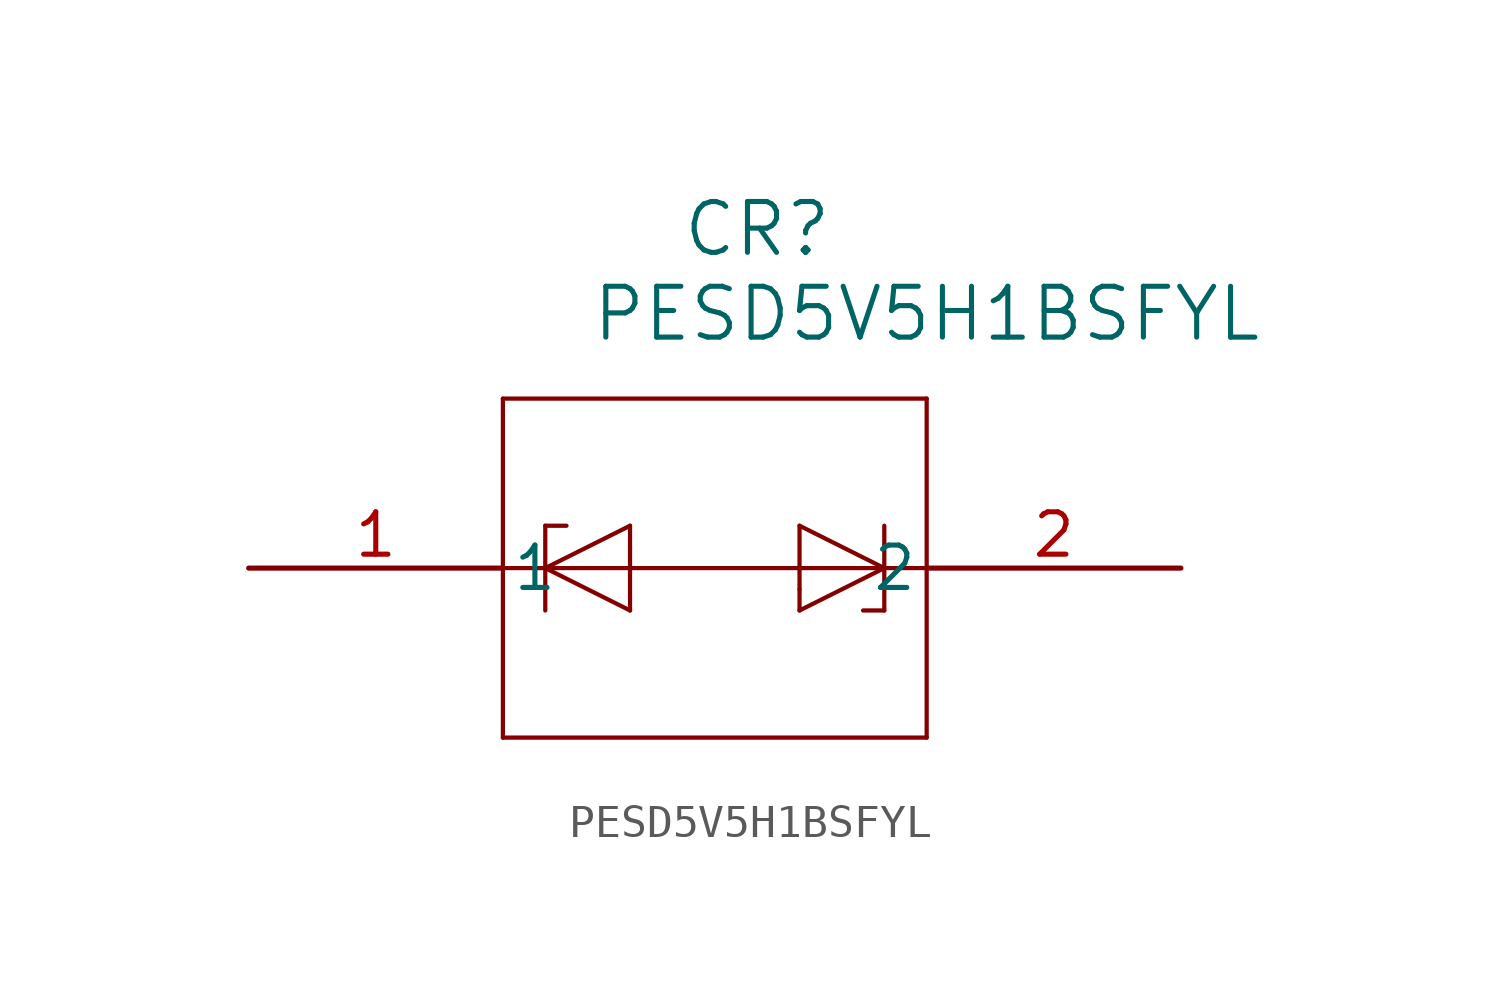
<source format=kicad_sym>
(kicad_symbol_lib
  (version 20211014)
  (generator kicad_symbol_editor)
  (symbol "PESD5V5H1BSFYL"
    (pin_names
      (offset 0.254))
    (property "Reference" "CR"
      (at 15.24 10.16 0)
      (effects (font (size 1.524 1.524))))
    (property "Value" "PESD5V5H1BSFYL"
      (at 20.32 7.62 0)
      (effects (font (size 1.524 1.524))))
    (symbol "PESD5V5H1BSFYL_0_1"
      (polyline (pts (xy 7.62 5.08) (xy 7.62 -5.08)) (stroke (width 0.127) (type default) (color 0 0 0 0)) (fill (type none)))
      (polyline (pts (xy 7.62 -5.08) (xy 20.32 -5.08)) (stroke (width 0.127) (type default) (color 0 0 0 0)) (fill (type none)))
      (polyline (pts (xy 20.32 -5.08) (xy 20.32 5.08)) (stroke (width 0.127) (type default) (color 0 0 0 0)) (fill (type none)))
      (polyline (pts (xy 20.32 5.08) (xy 7.62 5.08)) (stroke (width 0.127) (type default) (color 0 0 0 0)) (fill (type none)))
      (polyline (pts (xy 7.62 0) (xy 20.32 0)) (stroke (width 0.127) (type default) (color 0 0 0 0)) (fill (type none)))
      (polyline (pts (xy 16.51 1.27) (xy 16.51 -0.635)) (stroke (width 0.127) (type default) (color 0 0 0 0)) (fill (type none)))
      (polyline (pts (xy 16.51 -1.27) (xy 16.51 -0.635)) (stroke (width 0.127) (type default) (color 0 0 0 0)) (fill (type none)))
      (polyline (pts (xy 16.51 1.27) (xy 19.05 0)) (stroke (width 0.127) (type default) (color 0 0 0 0)) (fill (type none)))
      (polyline (pts (xy 19.05 0) (xy 16.51 -1.27)) (stroke (width 0.127) (type default) (color 0 0 0 0)) (fill (type none)))
      (polyline (pts (xy 19.05 1.27) (xy 19.05 -1.27)) (stroke (width 0.127) (type default) (color 0 0 0 0)) (fill (type none)))
      (polyline (pts (xy 18.415 -1.27) (xy 19.05 -1.27)) (stroke (width 0.127) (type default) (color 0 0 0 0)) (fill (type none)))
      (polyline (pts (xy 11.43 -1.27) (xy 11.43 0.635)) (stroke (width 0.127) (type default) (color 0 0 0 0)) (fill (type none)))
      (polyline (pts (xy 11.43 1.27) (xy 11.43 0.635)) (stroke (width 0.127) (type default) (color 0 0 0 0)) (fill (type none)))
      (polyline (pts (xy 11.43 -1.27) (xy 8.89 0)) (stroke (width 0.127) (type default) (color 0 0 0 0)) (fill (type none)))
      (polyline (pts (xy 8.89 0) (xy 11.43 1.27)) (stroke (width 0.127) (type default) (color 0 0 0 0)) (fill (type none)))
      (polyline (pts (xy 8.89 -1.27) (xy 8.89 1.27)) (stroke (width 0.127) (type default) (color 0 0 0 0)) (fill (type none)))
      (polyline (pts (xy 9.525 1.27) (xy 8.89 1.27)) (stroke (width 0.127) (type default) (color 0 0 0 0)) (fill (type none)))
      (pin unspecified line (at 0 0 0) (length 7.62) (name "1" (effects (font (size 1.27 1.27)))) (number "1" (effects (font (size 1.27 1.27)))))
      (pin unspecified line (at 27.94 0 180) (length 7.62) (name "2" (effects (font (size 1.27 1.27)))) (number "2" (effects (font (size 1.27 1.27))))))))
</source>
